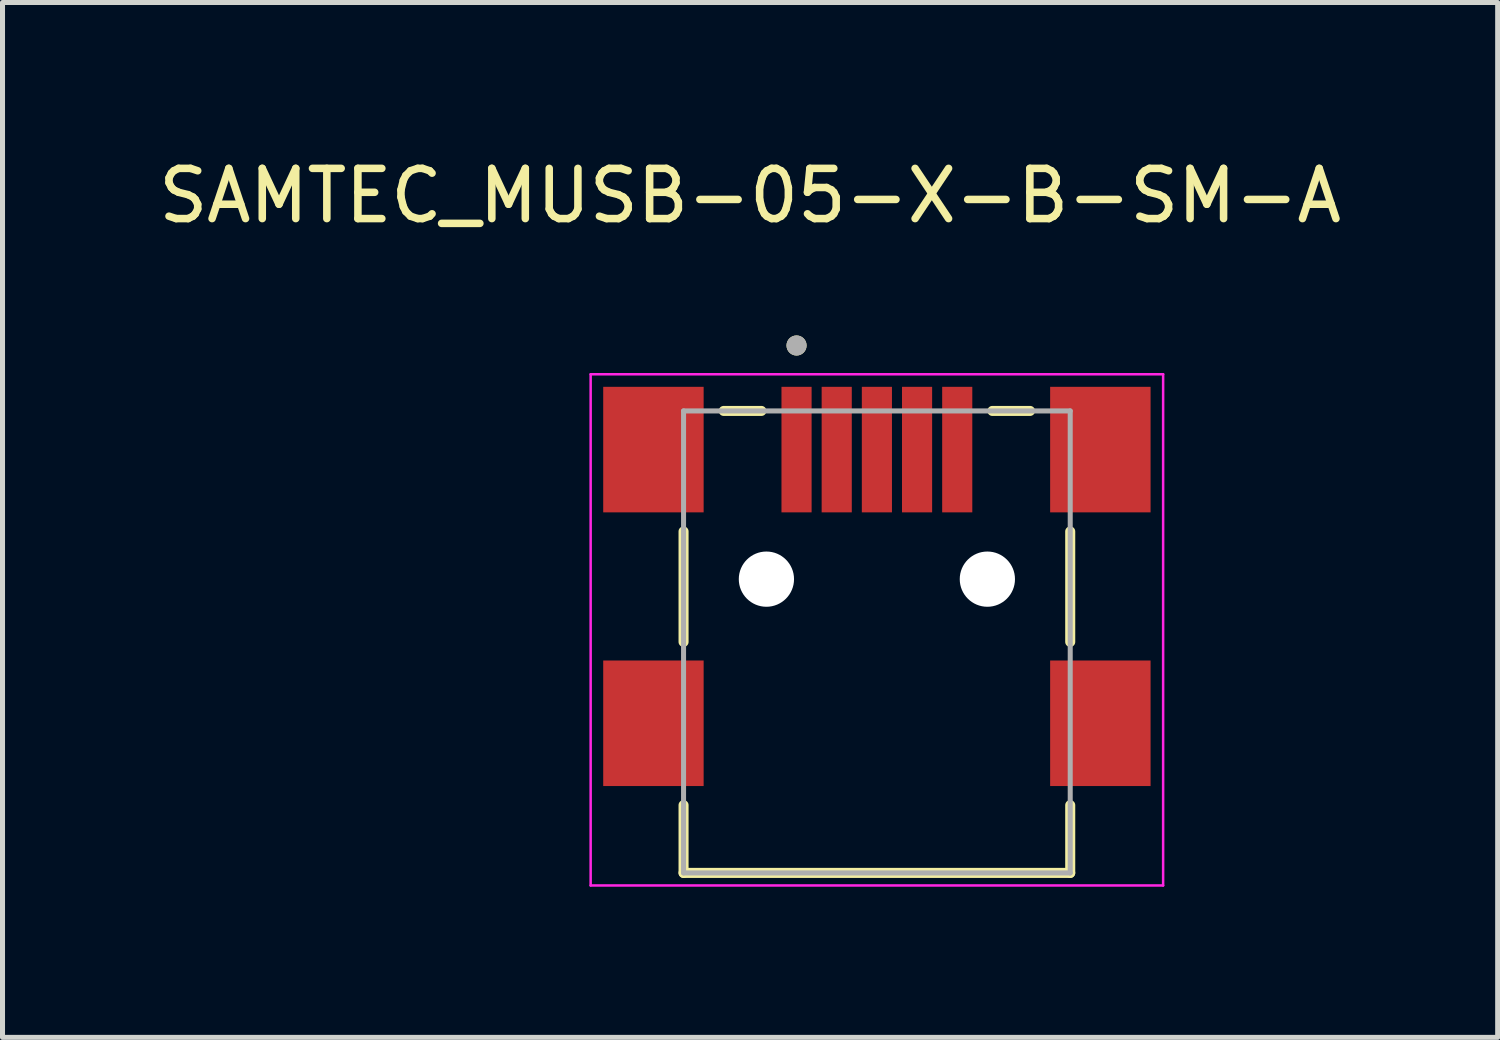
<source format=kicad_pcb>
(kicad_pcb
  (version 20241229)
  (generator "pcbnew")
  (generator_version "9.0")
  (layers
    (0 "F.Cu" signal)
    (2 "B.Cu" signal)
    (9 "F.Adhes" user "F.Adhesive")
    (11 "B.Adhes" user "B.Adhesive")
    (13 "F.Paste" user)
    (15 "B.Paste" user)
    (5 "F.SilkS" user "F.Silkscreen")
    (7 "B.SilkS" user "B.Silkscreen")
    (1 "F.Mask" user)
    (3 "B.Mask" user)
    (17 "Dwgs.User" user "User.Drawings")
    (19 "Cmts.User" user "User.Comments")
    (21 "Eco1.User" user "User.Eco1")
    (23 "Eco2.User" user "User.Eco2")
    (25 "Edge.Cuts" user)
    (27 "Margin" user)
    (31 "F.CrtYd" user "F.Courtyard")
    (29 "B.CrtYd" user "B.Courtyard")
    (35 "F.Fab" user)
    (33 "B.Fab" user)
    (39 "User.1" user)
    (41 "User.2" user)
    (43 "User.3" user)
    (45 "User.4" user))
  (footprint "SAMTEC_MUSB-05-X-B-SM-A"
    (layer "F.Cu")
    (at 14.412 8.483)
    (property "Reference" "SAMTEC_MUSB-05-X-B-SM-A" (at -2.525 -7.635 0) (layer "F.SilkS") (effects (font (size 1 1) (thickness 0.15))))
    (attr smd)
    (fp_line (start -3.85 1.25) (end -3.85 -0.95) (stroke (width 0.2) (type solid)) (layer "F.SilkS"))
    (fp_line (start -3.85 5.85) (end -3.85 4.5) (stroke (width 0.2) (type solid)) (layer "F.SilkS"))
    (fp_line (start -3.05 -3.35) (end -2.3 -3.35) (stroke (width 0.2) (type solid)) (layer "F.SilkS"))
    (fp_line (start 2.3 -3.35) (end 3.05 -3.35) (stroke (width 0.2) (type solid)) (layer "F.SilkS"))
    (fp_line (start 3.85 -0.95) (end 3.85 1.25) (stroke (width 0.2) (type solid)) (layer "F.SilkS"))
    (fp_line (start 3.85 4.5) (end 3.85 5.85) (stroke (width 0.2) (type solid)) (layer "F.SilkS"))
    (fp_line (start 3.85 5.85) (end -3.85 5.85) (stroke (width 0.2) (type solid)) (layer "F.SilkS"))
    (fp_circle (center -1.6 -4.653) (end -1.5 -4.653) (stroke (width 0.2) (type solid)) (fill no) (layer "F.SilkS"))
    (fp_line (start -5.7 -4.08) (end -5.7 6.1) (stroke (width 0.05) (type solid)) (layer "F.CrtYd"))
    (fp_line (start -5.7 -4.08) (end 5.7 -4.08) (stroke (width 0.05) (type solid)) (layer "F.CrtYd"))
    (fp_line (start 5.7 -4.08) (end 5.7 6.1) (stroke (width 0.05) (type solid)) (layer "F.CrtYd"))
    (fp_line (start 5.7 6.1) (end -5.7 6.1) (stroke (width 0.05) (type solid)) (layer "F.CrtYd"))
    (fp_line (start -3.85 -3.35) (end 3.85 -3.35) (stroke (width 0.1) (type solid)) (layer "F.Fab"))
    (fp_line (start -3.85 5.85) (end -3.85 -3.35) (stroke (width 0.1) (type solid)) (layer "F.Fab"))
    (fp_line (start 3.85 -3.35) (end 3.85 5.85) (stroke (width 0.1) (type solid)) (layer "F.Fab"))
    (fp_line (start 3.85 5.85) (end -3.85 5.85) (stroke (width 0.1) (type solid)) (layer "F.Fab"))
    (fp_circle (center -1.6 -4.653) (end -1.5 -4.653) (stroke (width 0.2) (type solid)) (fill no) (layer "F.Fab"))
    (pad "" np_thru_hole circle (at -2.2 0) (size 1.1 1.1) (drill 1.1) (layers "*.Cu" "*.Mask"))
    (pad "" np_thru_hole circle (at 2.2 0) (size 1.1 1.1) (drill 1.1) (layers "*.Cu" "*.Mask"))
    (pad "1" smd rect (at -1.6 -2.58) (size 0.6 2.5) (layers "F.Cu" "F.Mask" "F.Paste"))
    (pad "2" smd rect (at -0.8 -2.58) (size 0.6 2.5) (layers "F.Cu" "F.Mask" "F.Paste"))
    (pad "3" smd rect (at 0 -2.58) (size 0.6 2.5) (layers "F.Cu" "F.Mask" "F.Paste"))
    (pad "4" smd rect (at 0.8 -2.58) (size 0.6 2.5) (layers "F.Cu" "F.Mask" "F.Paste"))
    (pad "5" smd rect (at 1.6 -2.58) (size 0.6 2.5) (layers "F.Cu" "F.Mask" "F.Paste"))
    (pad "S1" smd rect (at -4.45 -2.58) (size 2 2.5) (layers "F.Cu" "F.Mask" "F.Paste"))
    (pad "S2" smd rect (at 4.45 -2.58) (size 2 2.5) (layers "F.Cu" "F.Mask" "F.Paste"))
    (pad "S3" smd rect (at 4.45 2.87) (size 2 2.5) (layers "F.Cu" "F.Mask" "F.Paste"))
    (pad "S4" smd rect (at -4.45 2.87) (size 2 2.5) (layers "F.Cu" "F.Mask" "F.Paste")))
  (gr_rect
    (start -3 -3)
    (end 26.774 17.608)
    (stroke (width 0.1) (type default))
    (fill no)
    (layer "Edge.Cuts")))
</source>
